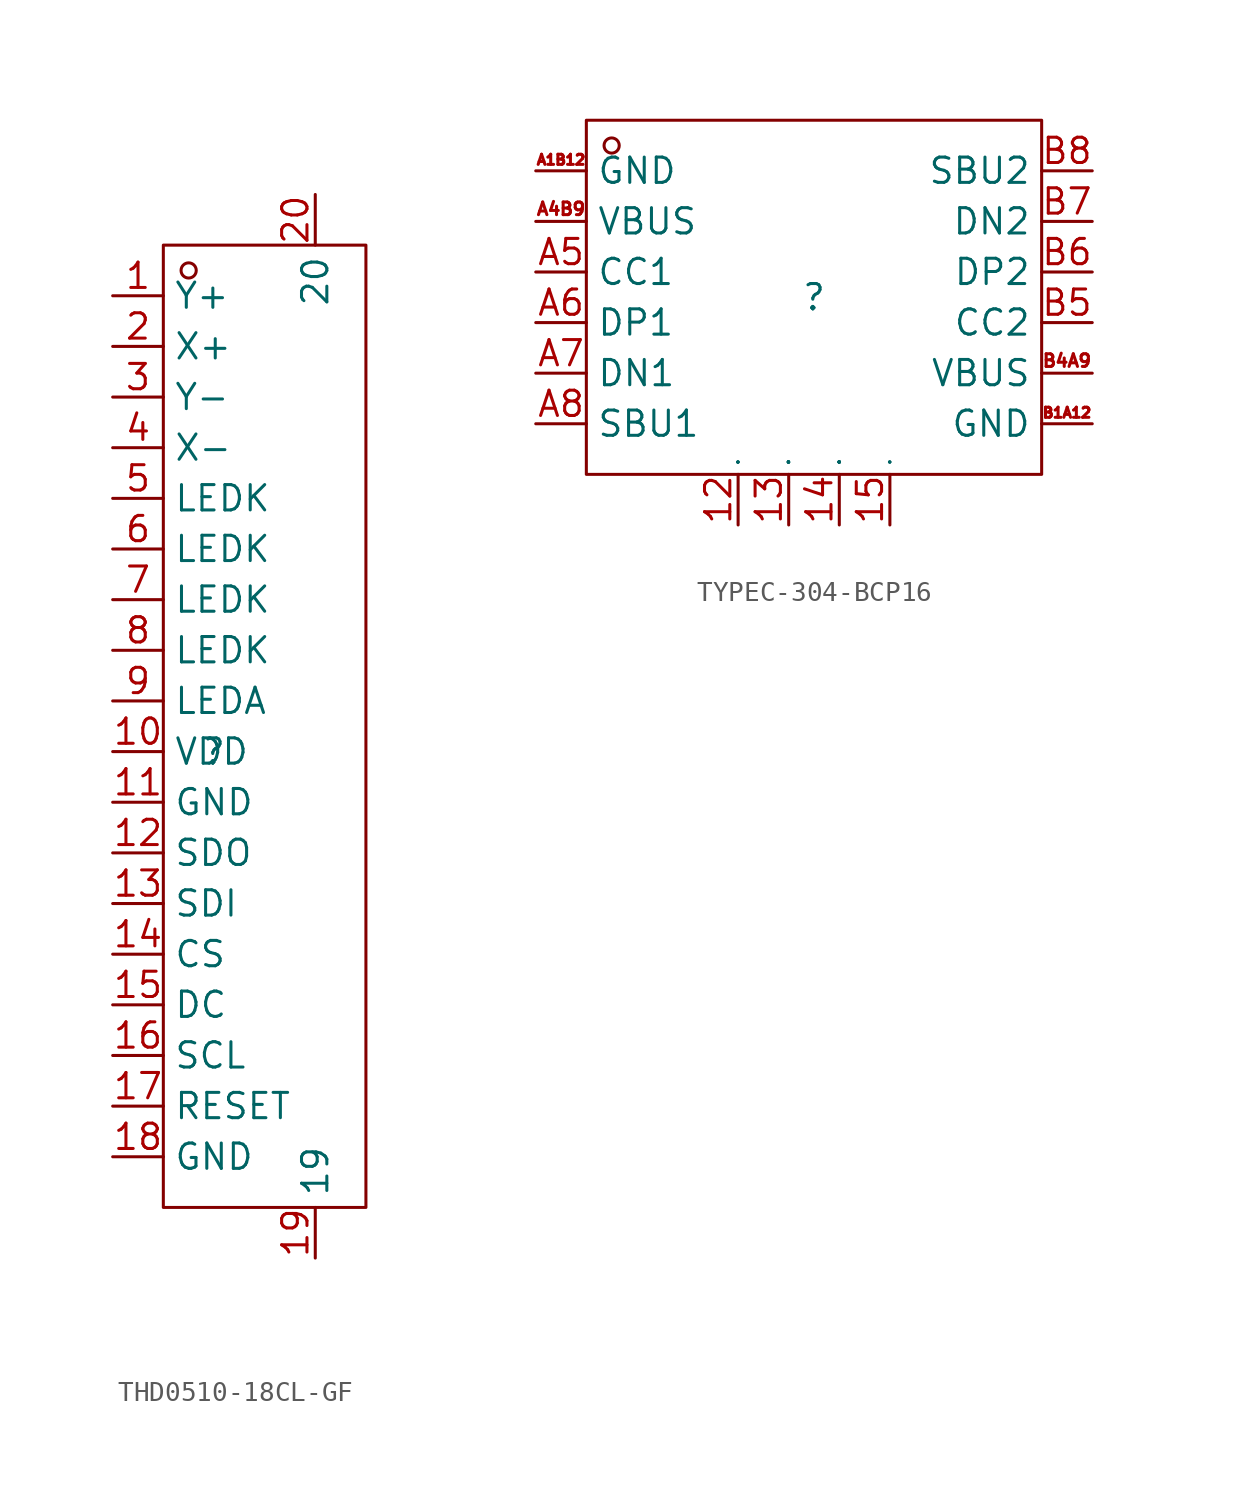
<source format=kicad_sym>
(kicad_symbol_lib
  (version 20231120)
  (generator "kicad_symbol_editor")
  (generator_version "8.0")
  (symbol "THD0510-18CL-GF"
    (property "Reference" ""
      (at 0 0 0)
      (effects (font (size 1.27 1.27))))
    (property "Value" ""
      (at 0 0 0)
      (effects (font (size 1.27 1.27))))
    (symbol "THD0510-18CL-GF_1_0"
      (rectangle (start -2.54 -22.86) (end 7.62 25.4) (stroke (width 0) (type default)) (fill (type none)))
      (circle (center -1.27 24.13) (radius 0.381) (stroke (width 0) (type default)) (fill (type none)))
      (pin input line (at -5.08 22.86 0) (length 2.54) (name "Y+" (effects (font (size 1.27 1.27)))) (number "1" (effects (font (size 1.27 1.27)))))
      (pin input line (at -5.08 0 0) (length 2.54) (name "VDD" (effects (font (size 1.27 1.27)))) (number "10" (effects (font (size 1.27 1.27)))))
      (pin input line (at -5.08 -2.54 0) (length 2.54) (name "GND" (effects (font (size 1.27 1.27)))) (number "11" (effects (font (size 1.27 1.27)))))
      (pin input line (at -5.08 -5.08 0) (length 2.54) (name "SDO" (effects (font (size 1.27 1.27)))) (number "12" (effects (font (size 1.27 1.27)))))
      (pin input line (at -5.08 -7.62 0) (length 2.54) (name "SDI" (effects (font (size 1.27 1.27)))) (number "13" (effects (font (size 1.27 1.27)))))
      (pin input line (at -5.08 -10.16 0) (length 2.54) (name "CS" (effects (font (size 1.27 1.27)))) (number "14" (effects (font (size 1.27 1.27)))))
      (pin input line (at -5.08 -12.7 0) (length 2.54) (name "DC" (effects (font (size 1.27 1.27)))) (number "15" (effects (font (size 1.27 1.27)))))
      (pin input line (at -5.08 -15.24 0) (length 2.54) (name "SCL" (effects (font (size 1.27 1.27)))) (number "16" (effects (font (size 1.27 1.27)))))
      (pin input line (at -5.08 -17.78 0) (length 2.54) (name "RESET" (effects (font (size 1.27 1.27)))) (number "17" (effects (font (size 1.27 1.27)))))
      (pin input line (at -5.08 -20.32 0) (length 2.54) (name "GND" (effects (font (size 1.27 1.27)))) (number "18" (effects (font (size 1.27 1.27)))))
      (pin input line (at 5.08 -25.4 90) (length 2.54) (name "19" (effects (font (size 1.27 1.27)))) (number "19" (effects (font (size 1.27 1.27)))))
      (pin input line (at -5.08 20.32 0) (length 2.54) (name "X+" (effects (font (size 1.27 1.27)))) (number "2" (effects (font (size 1.27 1.27)))))
      (pin input line (at 5.08 27.94 270) (length 2.54) (name "20" (effects (font (size 1.27 1.27)))) (number "20" (effects (font (size 1.27 1.27)))))
      (pin input line (at -5.08 17.78 0) (length 2.54) (name "Y-" (effects (font (size 1.27 1.27)))) (number "3" (effects (font (size 1.27 1.27)))))
      (pin input line (at -5.08 15.24 0) (length 2.54) (name "X-" (effects (font (size 1.27 1.27)))) (number "4" (effects (font (size 1.27 1.27)))))
      (pin input line (at -5.08 12.7 0) (length 2.54) (name "LEDK" (effects (font (size 1.27 1.27)))) (number "5" (effects (font (size 1.27 1.27)))))
      (pin input line (at -5.08 10.16 0) (length 2.54) (name "LEDK" (effects (font (size 1.27 1.27)))) (number "6" (effects (font (size 1.27 1.27)))))
      (pin input line (at -5.08 7.62 0) (length 2.54) (name "LEDK" (effects (font (size 1.27 1.27)))) (number "7" (effects (font (size 1.27 1.27)))))
      (pin input line (at -5.08 5.08 0) (length 2.54) (name "LEDK" (effects (font (size 1.27 1.27)))) (number "8" (effects (font (size 1.27 1.27)))))
      (pin input line (at -5.08 2.54 0) (length 2.54) (name "LEDA" (effects (font (size 1.27 1.27)))) (number "9" (effects (font (size 1.27 1.27)))))))
  (symbol "TYPEC-304-BCP16"
    (property "Reference" ""
      (at 0 0 0)
      (effects (font (size 1.27 1.27))))
    (property "Value" ""
      (at 0 0 0)
      (effects (font (size 1.27 1.27))))
    (symbol "TYPEC-304-BCP16_1_0"
      (rectangle (start -11.43 -8.89) (end 11.43 8.89) (stroke (width 0) (type default)) (fill (type none)))
      (circle (center -10.16 7.62) (radius 0.381) (stroke (width 0) (type default)) (fill (type none)))
      (pin unspecified line (at -3.81 -11.43 90) (length 2.54) (name "1" (effects (font (size 0.025 0.025)))) (number "12" (effects (font (size 1.27 1.27)))))
      (pin unspecified line (at -1.27 -11.43 90) (length 2.54) (name "2" (effects (font (size 0.025 0.025)))) (number "13" (effects (font (size 1.27 1.27)))))
      (pin unspecified line (at 1.27 -11.43 90) (length 2.54) (name "3" (effects (font (size 0.025 0.025)))) (number "14" (effects (font (size 1.27 1.27)))))
      (pin unspecified line (at 3.81 -11.43 90) (length 2.54) (name "4" (effects (font (size 0.025 0.025)))) (number "15" (effects (font (size 1.27 1.27)))))
      (pin unspecified line (at -13.97 6.35 0) (length 2.54) (name "GND" (effects (font (size 1.27 1.27)))) (number "A1B12" (effects (font (size 0.508 0.508)))))
      (pin unspecified line (at -13.97 3.81 0) (length 2.54) (name "VBUS" (effects (font (size 1.27 1.27)))) (number "A4B9" (effects (font (size 0.635 0.635)))))
      (pin unspecified line (at -13.97 1.27 0) (length 2.54) (name "CC1" (effects (font (size 1.27 1.27)))) (number "A5" (effects (font (size 1.27 1.27)))))
      (pin unspecified line (at -13.97 -1.27 0) (length 2.54) (name "DP1" (effects (font (size 1.27 1.27)))) (number "A6" (effects (font (size 1.27 1.27)))))
      (pin unspecified line (at -13.97 -3.81 0) (length 2.54) (name "DN1" (effects (font (size 1.27 1.27)))) (number "A7" (effects (font (size 1.27 1.27)))))
      (pin unspecified line (at -13.97 -6.35 0) (length 2.54) (name "SBU1" (effects (font (size 1.27 1.27)))) (number "A8" (effects (font (size 1.27 1.27)))))
      (pin unspecified line (at 13.97 -6.35 180) (length 2.54) (name "GND" (effects (font (size 1.27 1.27)))) (number "B1A12" (effects (font (size 0.508 0.508)))))
      (pin unspecified line (at 13.97 -3.81 180) (length 2.54) (name "VBUS" (effects (font (size 1.27 1.27)))) (number "B4A9" (effects (font (size 0.635 0.635)))))
      (pin unspecified line (at 13.97 -1.27 180) (length 2.54) (name "CC2" (effects (font (size 1.27 1.27)))) (number "B5" (effects (font (size 1.27 1.27)))))
      (pin unspecified line (at 13.97 1.27 180) (length 2.54) (name "DP2" (effects (font (size 1.27 1.27)))) (number "B6" (effects (font (size 1.27 1.27)))))
      (pin unspecified line (at 13.97 3.81 180) (length 2.54) (name "DN2" (effects (font (size 1.27 1.27)))) (number "B7" (effects (font (size 1.27 1.27)))))
      (pin unspecified line (at 13.97 6.35 180) (length 2.54) (name "SBU2" (effects (font (size 1.27 1.27)))) (number "B8" (effects (font (size 1.27 1.27))))))))
</source>
